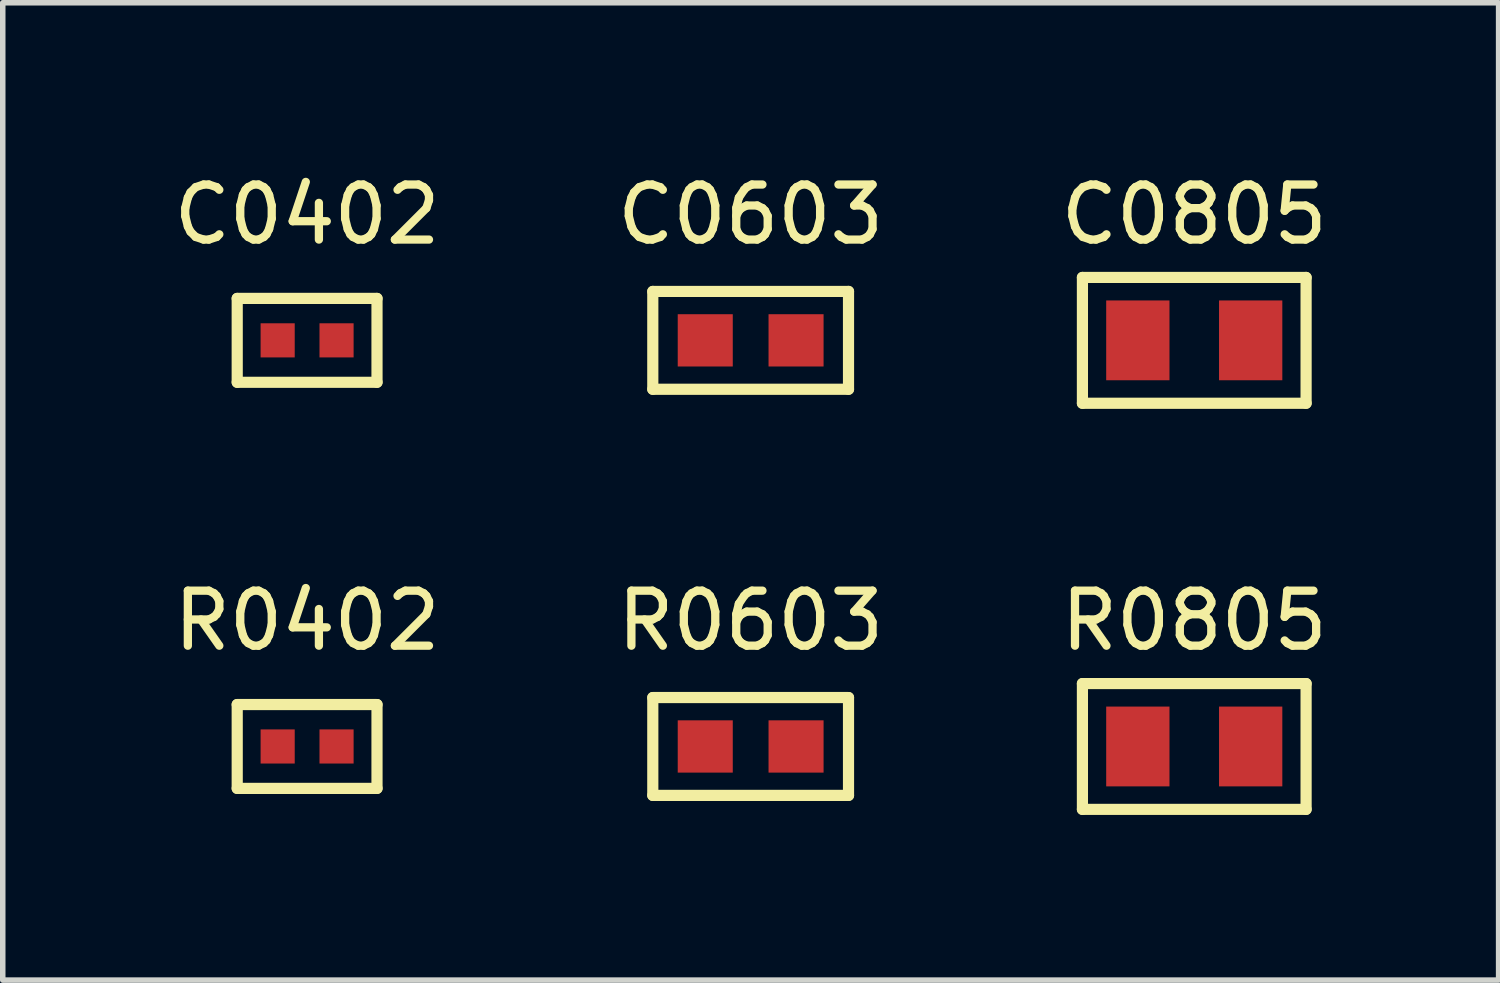
<source format=kicad_pcb>
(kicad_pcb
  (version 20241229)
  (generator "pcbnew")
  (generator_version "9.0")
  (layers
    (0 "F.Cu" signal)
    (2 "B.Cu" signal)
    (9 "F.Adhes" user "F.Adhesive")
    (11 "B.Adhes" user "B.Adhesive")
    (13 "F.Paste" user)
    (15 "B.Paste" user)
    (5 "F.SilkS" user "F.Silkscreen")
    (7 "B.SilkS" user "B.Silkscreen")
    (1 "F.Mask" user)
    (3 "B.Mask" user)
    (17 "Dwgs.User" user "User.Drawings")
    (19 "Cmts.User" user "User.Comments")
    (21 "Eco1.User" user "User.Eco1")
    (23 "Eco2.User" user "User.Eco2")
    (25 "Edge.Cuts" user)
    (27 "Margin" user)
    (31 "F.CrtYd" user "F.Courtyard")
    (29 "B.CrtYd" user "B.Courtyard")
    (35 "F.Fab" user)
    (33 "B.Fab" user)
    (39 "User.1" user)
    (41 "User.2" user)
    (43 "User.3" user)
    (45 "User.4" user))
  (footprint "R0805"
    (layer "F.Cu")
    (at 18.649 10.513)
    (property "Reference" "R0805" (at 0 -2.286 0) (layer "F.SilkS") (effects (font (size 1 1) (thickness 0.15))))
    (attr through_hole)
    (fp_line (start -2.032 -1.143) (end 2.032 -1.143) (stroke (width 0.203) (type solid)) (layer "F.SilkS"))
    (fp_line (start -2.032 1.143) (end -2.032 -1.143) (stroke (width 0.203) (type solid)) (layer "F.SilkS"))
    (fp_line (start 2.032 -1.143) (end 2.032 1.143) (stroke (width 0.203) (type solid)) (layer "F.SilkS"))
    (fp_line (start 2.032 1.143) (end -2.032 1.143) (stroke (width 0.203) (type solid)) (layer "F.SilkS"))
    (pad "1" smd rect (at -1.025 0) (size 1.15 1.45) (layers "F.Cu" "F.Mask" "F.Paste"))
    (pad "2" smd rect (at 1.025 0) (size 1.15 1.45) (layers "F.Cu" "F.Mask" "F.Paste")))
  (footprint "C0402"
    (layer "F.Cu")
    (at 2.53 3.134)
    (property "Reference" "C0402" (at 0 -2.286 0) (layer "F.SilkS") (effects (font (size 1 1) (thickness 0.15))))
    (attr through_hole)
    (fp_line (start -1.27 -0.762) (end -1.27 0.762) (stroke (width 0.203) (type solid)) (layer "F.SilkS"))
    (fp_line (start -1.27 0.762) (end 1.27 0.762) (stroke (width 0.203) (type solid)) (layer "F.SilkS"))
    (fp_line (start 1.27 -0.762) (end -1.27 -0.762) (stroke (width 0.203) (type solid)) (layer "F.SilkS"))
    (fp_line (start 1.27 0.762) (end 1.27 -0.762) (stroke (width 0.203) (type solid)) (layer "F.SilkS"))
    (pad "1" smd rect (at -0.535 0) (size 0.62 0.62) (layers "F.Cu" "F.Mask" "F.Paste"))
    (pad "2" smd rect (at 0.535 0) (size 0.62 0.62) (layers "F.Cu" "F.Mask" "F.Paste")))
  (footprint "R0402"
    (layer "F.Cu")
    (at 2.53 10.513)
    (property "Reference" "R0402" (at 0 -2.286 0) (layer "F.SilkS") (effects (font (size 1 1) (thickness 0.15))))
    (attr through_hole)
    (fp_line (start -1.27 -0.762) (end -1.27 0.762) (stroke (width 0.203) (type solid)) (layer "F.SilkS"))
    (fp_line (start -1.27 0.762) (end 1.27 0.762) (stroke (width 0.203) (type solid)) (layer "F.SilkS"))
    (fp_line (start 1.27 -0.762) (end -1.27 -0.762) (stroke (width 0.203) (type solid)) (layer "F.SilkS"))
    (fp_line (start 1.27 0.762) (end 1.27 -0.762) (stroke (width 0.203) (type solid)) (layer "F.SilkS"))
    (pad "1" smd rect (at -0.535 0) (size 0.62 0.62) (layers "F.Cu" "F.Mask" "F.Paste"))
    (pad "2" smd rect (at 0.535 0) (size 0.62 0.62) (layers "F.Cu" "F.Mask" "F.Paste")))
  (footprint "C0805"
    (layer "F.Cu")
    (at 18.649 3.134)
    (property "Reference" "C0805" (at 0 -2.286 0) (layer "F.SilkS") (effects (font (size 1 1) (thickness 0.15))))
    (attr through_hole)
    (fp_line (start -2.032 -1.143) (end 2.032 -1.143) (stroke (width 0.203) (type solid)) (layer "F.SilkS"))
    (fp_line (start -2.032 1.143) (end -2.032 -1.143) (stroke (width 0.203) (type solid)) (layer "F.SilkS"))
    (fp_line (start 2.032 -1.143) (end 2.032 1.143) (stroke (width 0.203) (type solid)) (layer "F.SilkS"))
    (fp_line (start 2.032 1.143) (end -2.032 1.143) (stroke (width 0.203) (type solid)) (layer "F.SilkS"))
    (pad "1" smd rect (at -1.025 0) (size 1.15 1.45) (layers "F.Cu" "F.Mask" "F.Paste"))
    (pad "2" smd rect (at 1.025 0) (size 1.15 1.45) (layers "F.Cu" "F.Mask" "F.Paste")))
  (footprint "C0603"
    (layer "F.Cu")
    (at 10.589 3.134)
    (property "Reference" "C0603" (at 0 -2.286 0) (layer "F.SilkS") (effects (font (size 1 1) (thickness 0.15))))
    (attr through_hole)
    (fp_line (start -1.778 -0.889) (end 1.778 -0.889) (stroke (width 0.203) (type solid)) (layer "F.SilkS"))
    (fp_line (start -1.778 0.889) (end -1.778 -0.889) (stroke (width 0.203) (type solid)) (layer "F.SilkS"))
    (fp_line (start 1.778 -0.889) (end 1.778 0.889) (stroke (width 0.203) (type solid)) (layer "F.SilkS"))
    (fp_line (start 1.778 0.889) (end -1.778 0.889) (stroke (width 0.203) (type solid)) (layer "F.SilkS"))
    (pad "1" smd rect (at -0.825 0) (size 1 0.95) (layers "F.Cu" "F.Mask" "F.Paste"))
    (pad "2" smd rect (at 0.825 0) (size 1 0.95) (layers "F.Cu" "F.Mask" "F.Paste")))
  (footprint "R0603"
    (layer "F.Cu")
    (at 10.589 10.513)
    (property "Reference" "R0603" (at 0 -2.286 0) (layer "F.SilkS") (effects (font (size 1 1) (thickness 0.15))))
    (attr through_hole)
    (fp_line (start -1.778 -0.889) (end 1.778 -0.889) (stroke (width 0.203) (type solid)) (layer "F.SilkS"))
    (fp_line (start -1.778 0.889) (end -1.778 -0.889) (stroke (width 0.203) (type solid)) (layer "F.SilkS"))
    (fp_line (start 1.778 -0.889) (end 1.778 0.889) (stroke (width 0.203) (type solid)) (layer "F.SilkS"))
    (fp_line (start 1.778 0.889) (end -1.778 0.889) (stroke (width 0.203) (type solid)) (layer "F.SilkS"))
    (pad "1" smd rect (at -0.825 0) (size 1 0.95) (layers "F.Cu" "F.Mask" "F.Paste"))
    (pad "2" smd rect (at 0.825 0) (size 1 0.95) (layers "F.Cu" "F.Mask" "F.Paste")))
  (gr_rect
    (start -3 -3)
    (end 24.179 14.758)
    (stroke (width 0.1) (type default))
    (fill no)
    (layer "Edge.Cuts")))
</source>
